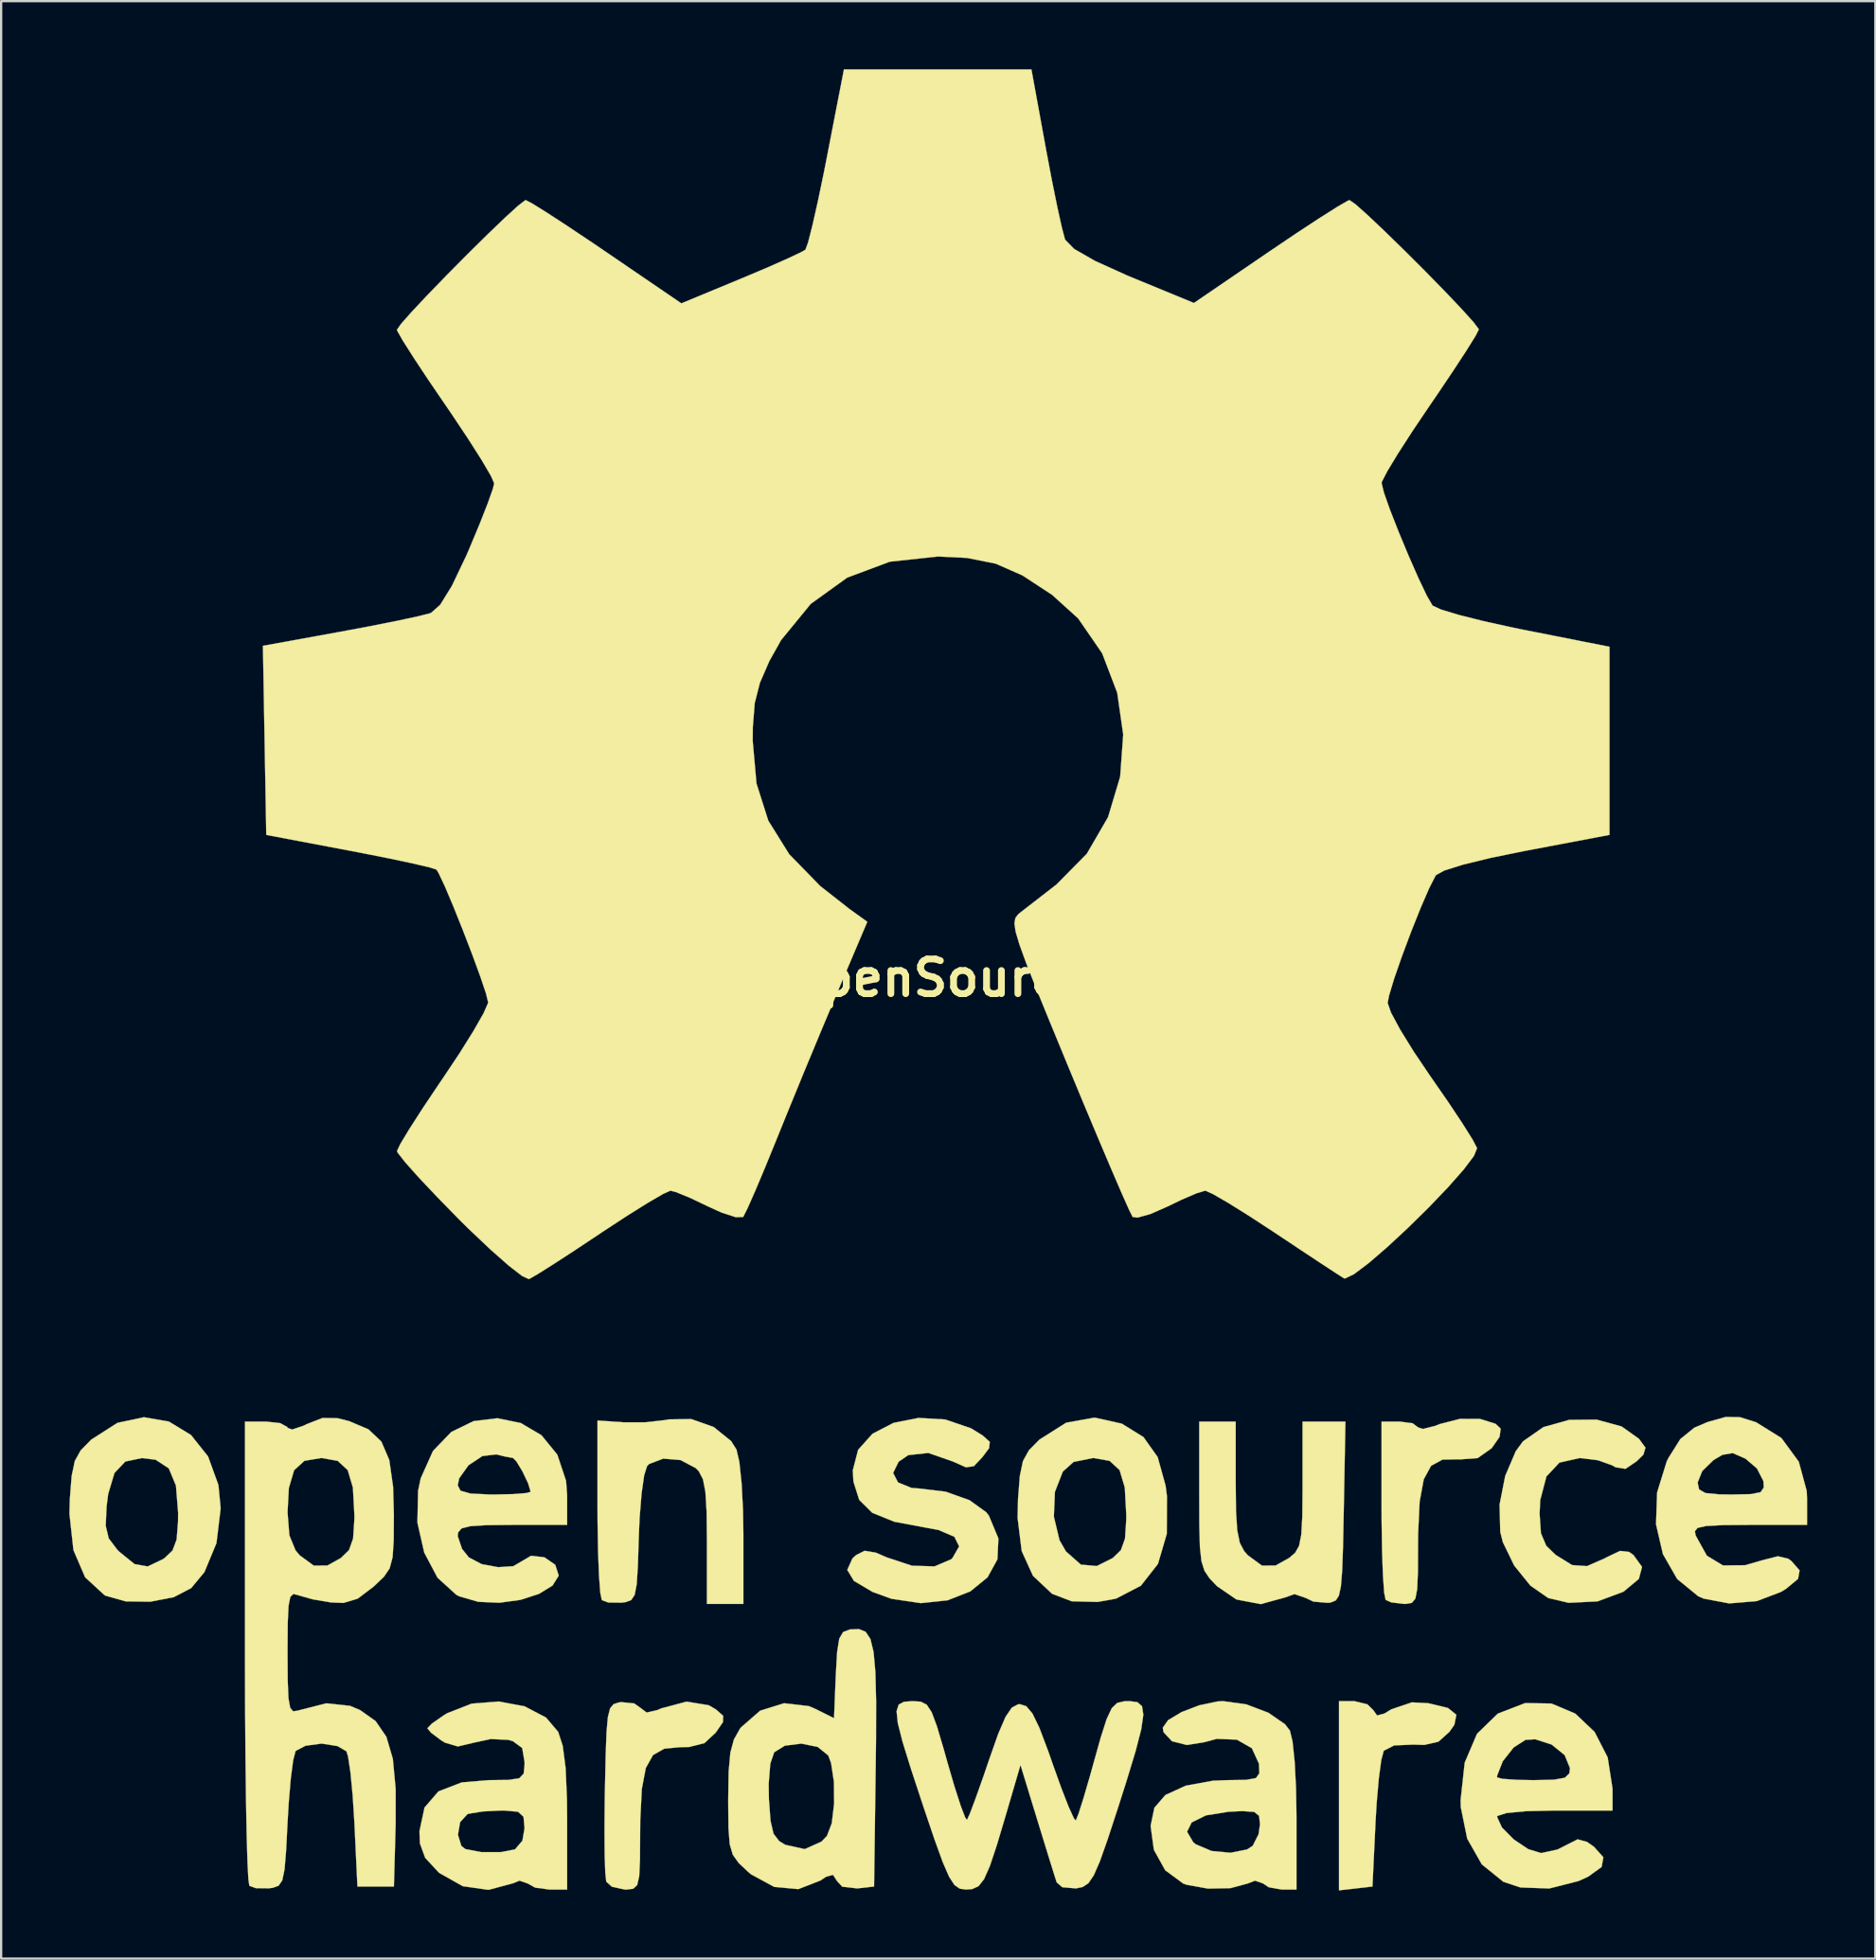
<source format=kicad_pcb>
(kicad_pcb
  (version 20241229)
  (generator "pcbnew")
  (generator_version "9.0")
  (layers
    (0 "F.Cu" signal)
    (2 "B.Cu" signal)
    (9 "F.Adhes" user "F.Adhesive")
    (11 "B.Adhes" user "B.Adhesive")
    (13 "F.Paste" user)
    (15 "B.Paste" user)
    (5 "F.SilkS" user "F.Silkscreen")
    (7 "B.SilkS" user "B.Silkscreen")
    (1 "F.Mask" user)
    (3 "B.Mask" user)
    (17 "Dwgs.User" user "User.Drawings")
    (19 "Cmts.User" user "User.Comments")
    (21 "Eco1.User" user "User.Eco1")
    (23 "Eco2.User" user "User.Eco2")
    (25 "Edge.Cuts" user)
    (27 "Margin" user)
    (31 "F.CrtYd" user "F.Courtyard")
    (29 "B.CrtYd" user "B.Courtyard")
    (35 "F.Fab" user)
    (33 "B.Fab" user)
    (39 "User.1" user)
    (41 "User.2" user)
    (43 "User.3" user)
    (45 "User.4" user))
  (footprint "OpenSource"
    (layer "F.Cu")
    (at 38.207 39.977)
    (property "Reference" "OpenSource" (at 0 0 0) (layer "F.SilkS") (effects (font (size 1.524 1.524) (thickness 0.3))))
    (attr through_hole)
    (fp_poly (pts (xy 18.891 31.955) (xy 19.15 32.208) (xy 19.321 32.446) (xy 19.642 32.362) (xy 19.949 32.174) (xy 20.852 31.87) (xy 21.572 31.907) (xy 22.437 32.116) (xy 22.807 32.415) (xy 22.721 32.856) (xy 22.5 33.17) (xy 22.019 33.601) (xy 21.395 33.743) (xy 20.912 33.729) (xy 20.073 33.764) (xy 19.618 33.996) (xy 19.612 34.004) (xy 19.505 34.407) (xy 19.397 35.214) (xy 19.302 36.296) (xy 19.251 37.164) (xy 19.117 39.972) (xy 17.646 40.141) (xy 17.646 31.817) (xy 18.323 31.817) (xy 18.891 31.955)) (stroke (width 0.01) (type solid)) (fill yes) (layer "F.SilkS"))
    (fp_poly (pts (xy 23.849 19.399) (xy 24.53 19.613) (xy 24.757 19.826) (xy 24.71 20.186) (xy 24.367 20.682) (xy 24.362 20.688) (xy 23.744 21.124) (xy 22.947 21.183) (xy 22.896 21.177) (xy 22.195 21.19) (xy 21.697 21.462) (xy 21.373 22.057) (xy 21.192 23.036) (xy 21.125 24.465) (xy 21.122 24.925) (xy 21.117 26.122) (xy 21.085 26.884) (xy 21.004 27.308) (xy 20.849 27.493) (xy 20.597 27.538) (xy 20.498 27.539) (xy 19.937 27.47) (xy 19.696 27.361) (xy 19.632 27.043) (xy 19.579 26.291) (xy 19.54 25.205) (xy 19.52 23.886) (xy 19.518 23.35) (xy 19.518 19.518) (xy 20.32 19.518) (xy 20.883 19.591) (xy 21.122 19.769) (xy 21.122 19.772) (xy 21.337 19.841) (xy 21.872 19.706) (xy 22.086 19.623) (xy 22.97 19.397) (xy 23.849 19.399)) (stroke (width 0.01) (type solid)) (fill yes) (layer "F.SilkS"))
    (fp_poly (pts (xy -10.079 31.998) (xy -9.768 32.178) (xy -9.445 32.46) (xy -9.453 32.737) (xy -9.771 33.2) (xy -10.269 33.664) (xy -10.948 33.834) (xy -11.338 33.841) (xy -12.039 33.909) (xy -12.531 34.19) (xy -12.848 34.757) (xy -13.024 35.683) (xy -13.092 37.042) (xy -13.097 37.632) (xy -13.104 38.79) (xy -13.138 39.515) (xy -13.227 39.908) (xy -13.4 40.071) (xy -13.684 40.105) (xy -13.778 40.105) (xy -14.339 39.983) (xy -14.588 39.758) (xy -14.631 39.376) (xy -14.658 38.567) (xy -14.666 37.439) (xy -14.654 36.101) (xy -14.646 35.681) (xy -14.614 34.204) (xy -14.576 33.178) (xy -14.517 32.516) (xy -14.42 32.136) (xy -14.27 31.951) (xy -14.051 31.878) (xy -13.933 31.86) (xy -13.359 31.917) (xy -13.084 32.112) (xy -12.814 32.317) (xy -12.334 32.207) (xy -12.172 32.136) (xy -11.053 31.837) (xy -10.079 31.998)) (stroke (width 0.01) (type solid)) (fill yes) (layer "F.SilkS"))
    (fp_poly (pts (xy 13.101 22.192) (xy 13.114 23.453) (xy 13.168 24.299) (xy 13.28 24.847) (xy 13.473 25.215) (xy 13.636 25.4) (xy 14.255 25.854) (xy 14.855 25.849) (xy 15.448 25.519) (xy 15.715 25.291) (xy 15.888 24.986) (xy 15.986 24.492) (xy 16.031 23.699) (xy 16.042 22.496) (xy 16.042 22.31) (xy 16.042 19.518) (xy 17.928 19.518) (xy 17.854 23.462) (xy 17.823 24.987) (xy 17.786 26.06) (xy 17.73 26.762) (xy 17.641 27.176) (xy 17.505 27.384) (xy 17.306 27.469) (xy 17.164 27.493) (xy 16.519 27.438) (xy 16.178 27.274) (xy 15.686 27.107) (xy 15.275 27.253) (xy 14.203 27.548) (xy 13.132 27.344) (xy 12.278 26.757) (xy 11.95 26.413) (xy 11.729 26.084) (xy 11.595 25.661) (xy 11.526 25.034) (xy 11.501 24.091) (xy 11.497 22.747) (xy 11.497 19.518) (xy 13.101 19.518) (xy 13.101 22.192)) (stroke (width 0.01) (type solid)) (fill yes) (layer "F.SilkS"))
    (fp_poly (pts (xy -9.864 19.754) (xy -9.095 20.374) (xy -8.86 20.747) (xy -8.734 21.291) (xy -8.634 22.238) (xy -8.571 23.454) (xy -8.556 24.477) (xy -8.556 27.539) (xy -10.16 27.539) (xy -10.16 24.773) (xy -10.174 23.48) (xy -10.226 22.612) (xy -10.333 22.058) (xy -10.513 21.709) (xy -10.649 21.565) (xy -11.32 21.211) (xy -12.083 21.147) (xy -12.7 21.381) (xy -12.791 21.472) (xy -12.919 21.873) (xy -13.034 22.68) (xy -13.122 23.76) (xy -13.158 24.613) (xy -13.197 25.859) (xy -13.248 26.668) (xy -13.337 27.139) (xy -13.49 27.37) (xy -13.733 27.46) (xy -13.913 27.484) (xy -14.497 27.477) (xy -14.782 27.373) (xy -14.85 27.051) (xy -14.907 26.294) (xy -14.949 25.204) (xy -14.971 23.881) (xy -14.973 23.326) (xy -14.973 19.47) (xy -13.836 19.548) (xy -12.879 19.549) (xy -11.979 19.449) (xy -11.844 19.42) (xy -10.848 19.406) (xy -9.864 19.754)) (stroke (width 0.01) (type solid)) (fill yes) (layer "F.SilkS"))
    (fp_poly (pts (xy 30.076 19.731) (xy 30.841 20.275) (xy 31.126 20.664) (xy 31.037 20.97) (xy 30.735 21.267) (xy 30.248 21.596) (xy 29.815 21.529) (xy 29.667 21.444) (xy 29.04 21.219) (xy 28.246 21.122) (xy 28.226 21.122) (xy 27.341 21.322) (xy 26.769 21.932) (xy 26.497 22.97) (xy 26.469 23.569) (xy 26.528 24.427) (xy 26.76 24.977) (xy 27.174 25.381) (xy 27.899 25.83) (xy 28.553 25.876) (xy 29.348 25.527) (xy 29.419 25.486) (xy 30.006 25.207) (xy 30.403 25.251) (xy 30.596 25.385) (xy 30.976 25.91) (xy 30.836 26.438) (xy 30.17 26.993) (xy 30.146 27.007) (xy 29.014 27.428) (xy 27.746 27.491) (xy 26.849 27.28) (xy 26.063 26.733) (xy 25.351 25.85) (xy 24.854 24.826) (xy 24.738 24.37) (xy 24.709 23.167) (xy 24.956 21.908) (xy 25.422 20.818) (xy 25.741 20.384) (xy 26.636 19.76) (xy 27.771 19.441) (xy 28.975 19.43) (xy 30.076 19.731)) (stroke (width 0.01) (type solid)) (fill yes) (layer "F.SilkS"))
    (fp_poly (pts (xy 8.091 19.608) (xy 9.044 20.198) (xy 9.668 21.077) (xy 10.017 22.335) (xy 10.077 22.801) (xy 10.069 24.458) (xy 9.681 25.779) (xy 8.93 26.737) (xy 7.833 27.308) (xy 7.027 27.452) (xy 5.889 27.424) (xy 5.035 27.098) (xy 5.015 27.086) (xy 4.184 26.305) (xy 3.688 25.216) (xy 3.507 23.76) (xy 3.508 23.697) (xy 5.102 23.697) (xy 5.349 24.733) (xy 5.634 25.23) (xy 6.29 25.81) (xy 6.989 25.873) (xy 7.694 25.519) (xy 8.052 25.17) (xy 8.232 24.662) (xy 8.287 23.824) (xy 8.288 23.629) (xy 8.222 22.419) (xy 7.993 21.651) (xy 7.553 21.245) (xy 6.857 21.122) (xy 6.824 21.122) (xy 5.972 21.291) (xy 5.496 21.716) (xy 5.148 22.611) (xy 5.102 23.697) (xy 3.508 23.697) (xy 3.525 22.929) (xy 3.605 21.908) (xy 3.744 21.249) (xy 4.005 20.78) (xy 4.45 20.327) (xy 4.477 20.303) (xy 5.645 19.565) (xy 6.895 19.342) (xy 8.091 19.608)) (stroke (width 0.01) (type solid)) (fill yes) (layer "F.SilkS"))
    (fp_poly (pts (xy -33.824 19.517) (xy -32.855 20.107) (xy -32.104 21.051) (xy -31.649 22.307) (xy -31.55 23.336) (xy -31.735 24.865) (xy -32.264 26.138) (xy -32.847 26.843) (xy -33.611 27.241) (xy -34.649 27.442) (xy -35.728 27.427) (xy -36.617 27.176) (xy -36.661 27.152) (xy -37.512 26.369) (xy -38.026 25.173) (xy -38.144 24.101) (xy -36.607 24.101) (xy -36.473 24.658) (xy -36.102 25.148) (xy -36.005 25.246) (xy -35.338 25.788) (xy -34.761 25.89) (xy -34.097 25.574) (xy -34.015 25.519) (xy -33.669 25.188) (xy -33.488 24.711) (xy -33.425 23.924) (xy -33.421 23.532) (xy -33.517 22.334) (xy -33.832 21.576) (xy -34.408 21.197) (xy -35.012 21.122) (xy -35.742 21.274) (xy -36.221 21.777) (xy -36.498 22.7) (xy -36.568 23.25) (xy -36.607 24.101) (xy -38.144 24.101) (xy -38.202 23.57) (xy -38.185 22.929) (xy -38.105 21.908) (xy -37.966 21.249) (xy -37.705 20.78) (xy -37.259 20.327) (xy -37.232 20.303) (xy -36.092 19.573) (xy -34.929 19.325) (xy -33.824 19.517)) (stroke (width 0.01) (type solid)) (fill yes) (layer "F.SilkS"))
    (fp_poly (pts (xy 0.323 19.425) (xy 1.458 19.812) (xy 1.967 20.126) (xy 2.283 20.407) (xy 2.253 20.686) (xy 1.956 21.084) (xy 1.583 21.478) (xy 1.236 21.53) (xy 0.67 21.277) (xy 0.665 21.275) (xy -0.42 20.897) (xy -1.301 20.992) (xy -1.728 21.284) (xy -1.969 21.776) (xy -1.753 22.194) (xy -1.159 22.436) (xy -0.836 22.46) (xy 0.34 22.601) (xy 1.387 22.973) (xy 2.128 23.506) (xy 2.245 23.658) (xy 2.663 24.66) (xy 2.619 25.579) (xy 2.184 26.37) (xy 1.429 26.986) (xy 0.426 27.38) (xy -0.755 27.505) (xy -2.042 27.314) (xy -2.874 27.011) (xy -3.693 26.526) (xy -3.986 26.042) (xy -3.76 25.542) (xy -3.597 25.389) (xy -3.222 25.201) (xy -2.733 25.282) (xy -2.251 25.49) (xy -1.138 25.859) (xy -0.147 25.887) (xy 0.585 25.575) (xy 0.638 25.526) (xy 0.936 25.007) (xy 0.725 24.585) (xy 0.027 24.286) (xy -0.492 24.19) (xy -1.919 23.923) (xy -2.886 23.531) (xy -3.461 22.961) (xy -3.715 22.159) (xy -3.743 21.662) (xy -3.508 20.757) (xy -2.875 20.051) (xy -1.953 19.574) (xy -0.85 19.356) (xy 0.323 19.425)) (stroke (width 0.01) (type solid)) (fill yes) (layer "F.SilkS"))
    (fp_poly (pts (xy 26.99 31.921) (xy 28.037 32.363) (xy 28.889 33.171) (xy 29.464 34.29) (xy 29.678 35.665) (xy 29.678 35.685) (xy 29.678 36.629) (xy 27.138 36.629) (xy 25.869 36.658) (xy 25.011 36.739) (xy 24.617 36.867) (xy 24.598 36.909) (xy 24.813 37.377) (xy 25.332 37.9) (xy 25.968 38.327) (xy 26.532 38.501) (xy 27.253 38.346) (xy 27.691 38.124) (xy 28.142 37.896) (xy 28.558 38.011) (xy 28.859 38.221) (xy 29.275 38.686) (xy 29.198 39.112) (xy 28.611 39.535) (xy 28.183 39.731) (xy 26.894 40.059) (xy 25.627 40.014) (xy 24.873 39.763) (xy 23.927 38.998) (xy 23.285 37.867) (xy 23.002 36.477) (xy 22.994 36.18) (xy 23.104 35.172) (xy 24.598 35.172) (xy 24.841 35.235) (xy 25.472 35.279) (xy 26.202 35.293) (xy 27.099 35.273) (xy 27.583 35.186) (xy 27.778 34.994) (xy 27.806 34.764) (xy 27.572 34.191) (xy 26.997 33.726) (xy 26.277 33.494) (xy 25.849 33.519) (xy 25.327 33.856) (xy 24.849 34.462) (xy 24.603 35.088) (xy 24.598 35.172) (xy 23.104 35.172) (xy 23.175 34.522) (xy 23.716 33.253) (xy 24.616 32.379) (xy 24.649 32.358) (xy 25.833 31.902) (xy 26.99 31.921)) (stroke (width 0.01) (type solid)) (fill yes) (layer "F.SilkS"))
    (fp_poly (pts (xy 35.286 19.324) (xy 35.993 19.546) (xy 37.105 20.238) (xy 37.871 21.282) (xy 38.22 22.572) (xy 38.234 22.9) (xy 38.234 24.063) (xy 35.702 24.063) (xy 34.527 24.072) (xy 33.796 24.11) (xy 33.417 24.195) (xy 33.3 24.345) (xy 33.336 24.531) (xy 33.827 25.417) (xy 34.536 25.846) (xy 35.51 25.836) (xy 36.259 25.62) (xy 36.948 25.442) (xy 37.404 25.549) (xy 37.548 25.653) (xy 37.906 26.063) (xy 37.84 26.435) (xy 37.317 26.869) (xy 37.097 27.007) (xy 36.028 27.414) (xy 34.805 27.517) (xy 33.683 27.305) (xy 33.447 27.201) (xy 32.522 26.443) (xy 31.894 25.348) (xy 31.591 24.038) (xy 31.638 22.636) (xy 31.774 22.198) (xy 33.421 22.198) (xy 33.486 22.502) (xy 33.764 22.661) (xy 34.381 22.72) (xy 34.91 22.726) (xy 35.756 22.709) (xy 36.189 22.624) (xy 36.33 22.419) (xy 36.314 22.134) (xy 36.03 21.579) (xy 35.524 21.147) (xy 34.965 20.903) (xy 34.51 20.98) (xy 34.12 21.211) (xy 33.623 21.695) (xy 33.421 22.198) (xy 31.774 22.198) (xy 32.063 21.266) (xy 32.134 21.122) (xy 32.66 20.285) (xy 33.277 19.784) (xy 33.858 19.537) (xy 34.656 19.313) (xy 35.286 19.324)) (stroke (width 0.01) (type solid)) (fill yes) (layer "F.SilkS"))
    (fp_poly (pts (xy -18.349 19.58) (xy -17.438 20.117) (xy -16.742 20.969) (xy -16.356 22.125) (xy -16.309 22.762) (xy -16.309 24.063) (xy -18.716 24.063) (xy -19.863 24.074) (xy -20.577 24.119) (xy -20.957 24.219) (xy -21.104 24.395) (xy -21.122 24.556) (xy -20.934 25.114) (xy -20.633 25.492) (xy -20.068 25.789) (xy -19.341 25.923) (xy -18.677 25.879) (xy -18.315 25.667) (xy -17.894 25.42) (xy -17.309 25.488) (xy -16.832 25.816) (xy -16.678 26.293) (xy -16.952 26.732) (xy -17.549 27.098) (xy -18.364 27.361) (xy -19.289 27.488) (xy -20.219 27.447) (xy -21.049 27.206) (xy -21.186 27.136) (xy -22.011 26.386) (xy -22.595 25.281) (xy -22.895 23.962) (xy -22.866 22.57) (xy -22.815 22.325) (xy -21.122 22.325) (xy -20.999 22.558) (xy -20.562 22.683) (xy -19.711 22.726) (xy -19.518 22.726) (xy -18.672 22.708) (xy -18.09 22.66) (xy -17.914 22.605) (xy -18.024 22.236) (xy -18.273 21.712) (xy -18.542 21.266) (xy -18.692 21.118) (xy -19.05 21.053) (xy -19.426 20.96) (xy -20.038 21.034) (xy -20.65 21.44) (xy -21.058 22.014) (xy -21.122 22.325) (xy -22.815 22.325) (xy -22.751 22.016) (xy -22.21 20.809) (xy -21.404 19.973) (xy -20.427 19.497) (xy -19.377 19.37) (xy -18.349 19.58)) (stroke (width 0.01) (type solid)) (fill yes) (layer "F.SilkS"))
    (fp_poly (pts (xy 13.564 31.958) (xy 14.535 32.325) (xy 15.268 32.83) (xy 15.486 33.113) (xy 15.601 33.591) (xy 15.694 34.48) (xy 15.755 35.657) (xy 15.775 36.879) (xy 15.775 40.105) (xy 15.122 40.105) (xy 14.556 40.006) (xy 14.304 39.837) (xy 13.949 39.715) (xy 13.637 39.837) (xy 12.869 40.045) (xy 11.879 40.064) (xy 10.943 39.895) (xy 10.79 39.84) (xy 10 39.257) (xy 9.501 38.356) (xy 9.393 37.562) (xy 10.961 37.562) (xy 11.233 38.023) (xy 11.347 38.116) (xy 12.039 38.409) (xy 12.872 38.487) (xy 13.599 38.343) (xy 13.85 38.18) (xy 14.107 37.67) (xy 14.171 37.23) (xy 14.129 36.864) (xy 13.915 36.69) (xy 13.394 36.654) (xy 12.794 36.682) (xy 11.791 36.843) (xy 11.164 37.152) (xy 10.961 37.562) (xy 9.393 37.562) (xy 9.358 37.303) (xy 9.524 36.508) (xy 10.006 35.947) (xy 10.901 35.537) (xy 12.098 35.317) (xy 12.704 35.293) (xy 13.555 35.28) (xy 13.993 35.2) (xy 14.142 34.989) (xy 14.124 34.584) (xy 14.121 34.562) (xy 13.812 33.888) (xy 13.151 33.51) (xy 12.264 33.476) (xy 11.729 33.62) (xy 10.956 33.747) (xy 10.299 33.581) (xy 9.926 33.181) (xy 9.893 32.986) (xy 10.128 32.651) (xy 10.719 32.297) (xy 11.497 31.999) (xy 12.293 31.831) (xy 12.548 31.817) (xy 13.564 31.958)) (stroke (width 0.01) (type solid)) (fill yes) (layer "F.SilkS"))
    (fp_poly (pts (xy -18.179 32.045) (xy -17.238 32.538) (xy -16.702 33.169) (xy -16.502 33.787) (xy -16.376 34.759) (xy -16.316 36.157) (xy -16.309 37.017) (xy -16.309 40.105) (xy -17.096 40.105) (xy -17.713 40.023) (xy -18.048 39.837) (xy -18.403 39.715) (xy -18.714 39.837) (xy -19.77 40.12) (xy -20.899 39.959) (xy -21.922 39.382) (xy -21.974 39.337) (xy -22.554 38.71) (xy -22.785 38.078) (xy -22.799 37.697) (xy -21.112 37.697) (xy -20.963 38.185) (xy -20.788 38.324) (xy -20.087 38.459) (xy -19.225 38.458) (xy -18.604 38.339) (xy -18.277 37.957) (xy -18.181 37.403) (xy -18.228 36.903) (xy -18.47 36.683) (xy -19.062 36.63) (xy -19.229 36.629) (xy -20.021 36.67) (xy -20.627 36.768) (xy -20.699 36.792) (xy -21.019 37.144) (xy -21.112 37.697) (xy -22.799 37.697) (xy -22.805 37.539) (xy -22.583 36.497) (xy -21.97 35.787) (xy -20.946 35.392) (xy -19.77 35.293) (xy -18.888 35.282) (xy -18.413 35.207) (xy -18.22 35.004) (xy -18.181 34.61) (xy -18.181 34.496) (xy -18.285 33.881) (xy -18.693 33.579) (xy -18.897 33.519) (xy -19.671 33.484) (xy -20.419 33.644) (xy -21.114 33.811) (xy -21.677 33.646) (xy -21.843 33.545) (xy -22.294 33.207) (xy -22.459 33.01) (xy -22.254 32.8) (xy -21.746 32.446) (xy -21.59 32.349) (xy -20.506 31.925) (xy -19.319 31.832) (xy -18.179 32.045)) (stroke (width 0.01) (type solid)) (fill yes) (layer "F.SilkS"))
    (fp_poly (pts (xy -3.177 28.766) (xy -2.968 29.081) (xy -2.829 29.652) (xy -2.749 30.542) (xy -2.717 31.81) (xy -2.721 33.518) (xy -2.735 34.659) (xy -2.807 39.972) (xy -3.544 40.056) (xy -4.205 39.981) (xy -4.44 39.726) (xy -4.613 39.458) (xy -4.914 39.541) (xy -5.167 39.708) (xy -6.139 40.087) (xy -7.2 39.99) (xy -8.224 39.433) (xy -8.35 39.326) (xy -8.763 38.937) (xy -9.02 38.577) (xy -9.157 38.112) (xy -9.212 37.403) (xy -9.223 36.314) (xy -9.223 36.138) (xy -9.213 35.46) (xy -7.444 35.46) (xy -7.433 36.132) (xy -7.362 37.084) (xy -7.23 37.649) (xy -6.981 37.974) (xy -6.713 38.137) (xy -5.858 38.327) (xy -5.119 37.996) (xy -4.879 37.744) (xy -4.667 37.188) (xy -4.564 36.324) (xy -4.573 35.368) (xy -4.699 34.536) (xy -4.822 34.206) (xy -5.285 33.833) (xy -6.001 33.685) (xy -6.732 33.776) (xy -7.2 34.066) (xy -7.372 34.568) (xy -7.444 35.46) (xy -9.213 35.46) (xy -9.204 34.913) (xy -9.129 34.082) (xy -8.973 33.504) (xy -8.712 33.039) (xy -8.664 32.973) (xy -7.818 32.236) (xy -6.768 31.909) (xy -5.681 32.034) (xy -5.396 32.154) (xy -4.568 32.567) (xy -4.49 30.654) (xy -4.432 29.651) (xy -4.338 29.064) (xy -4.168 28.775) (xy -3.885 28.667) (xy -3.853 28.662) (xy -3.469 28.647) (xy -3.177 28.766)) (stroke (width 0.01) (type solid)) (fill yes) (layer "F.SilkS"))
    (fp_poly (pts (xy 8.777 31.861) (xy 8.979 32.038) (xy 9.038 32.413) (xy 8.946 33.053) (xy 8.696 34.023) (xy 8.28 35.39) (xy 7.927 36.496) (xy 7.47 37.891) (xy 7.129 38.857) (xy 6.86 39.475) (xy 6.622 39.826) (xy 6.372 39.993) (xy 6.075 40.056) (xy 5.473 40.004) (xy 5.226 39.789) (xy 5.099 39.39) (xy 4.858 38.614) (xy 4.544 37.595) (xy 4.371 37.031) (xy 3.634 34.624) (xy 3.008 36.763) (xy 2.6 38.131) (xy 2.289 39.066) (xy 2.032 39.648) (xy 1.785 39.961) (xy 1.505 40.086) (xy 1.231 40.105) (xy 0.963 40.068) (xy 0.731 39.907) (xy 0.494 39.544) (xy 0.215 38.903) (xy -0.146 37.907) (xy -0.629 36.481) (xy -0.646 36.429) (xy -1.184 34.798) (xy -1.554 33.604) (xy -1.763 32.78) (xy -1.817 32.258) (xy -1.723 31.968) (xy -1.489 31.844) (xy -1.12 31.817) (xy -1.102 31.817) (xy -0.751 31.84) (xy -0.491 31.973) (xy -0.271 32.306) (xy -0.038 32.934) (xy 0.262 33.947) (xy 0.414 34.49) (xy 0.732 35.579) (xy 1.007 36.43) (xy 1.204 36.941) (xy 1.281 37.042) (xy 1.413 36.752) (xy 1.669 36.07) (xy 2.008 35.112) (xy 2.238 34.436) (xy 2.654 33.256) (xy 2.977 32.507) (xy 3.252 32.102) (xy 3.527 31.957) (xy 3.609 31.951) (xy 3.888 32.039) (xy 4.158 32.358) (xy 4.466 32.992) (xy 4.856 34.024) (xy 5.046 34.569) (xy 5.429 35.637) (xy 5.754 36.471) (xy 5.983 36.972) (xy 6.067 37.069) (xy 6.186 36.774) (xy 6.405 36.087) (xy 6.684 35.132) (xy 6.816 34.657) (xy 7.164 33.416) (xy 7.424 32.603) (xy 7.649 32.126) (xy 7.889 31.895) (xy 8.196 31.823) (xy 8.438 31.817) (xy 8.777 31.861)) (stroke (width 0.01) (type solid)) (fill yes) (layer "F.SilkS"))
    (fp_poly (pts (xy -26.406 19.368) (xy -25.89 19.5) (xy -25.052 19.856) (xy -24.481 20.395) (xy -24.133 21.208) (xy -23.965 22.384) (xy -23.931 23.607) (xy -23.938 24.744) (xy -23.987 25.486) (xy -24.116 25.972) (xy -24.364 26.34) (xy -24.772 26.731) (xy -24.832 26.785) (xy -25.524 27.309) (xy -26.149 27.496) (xy -26.702 27.474) (xy -27.489 27.34) (xy -28.103 27.168) (xy -28.141 27.153) (xy -28.351 27.102) (xy -28.488 27.233) (xy -28.565 27.631) (xy -28.6 28.384) (xy -28.608 29.579) (xy -28.608 29.678) (xy -28.601 30.907) (xy -28.568 31.689) (xy -28.492 32.112) (xy -28.359 32.264) (xy -28.152 32.232) (xy -28.141 32.228) (xy -26.906 31.912) (xy -25.856 32.024) (xy -25.416 32.21) (xy -24.733 32.695) (xy -24.262 33.382) (xy -23.976 34.354) (xy -23.851 35.692) (xy -23.853 37.244) (xy -23.929 39.972) (xy -25.534 39.972) (xy -25.667 37.164) (xy -25.743 35.967) (xy -25.84 34.956) (xy -25.945 34.258) (xy -26.017 34.023) (xy -26.412 33.794) (xy -27.078 33.689) (xy -27.138 33.688) (xy -27.816 33.779) (xy -28.242 34.001) (xy -28.258 34.023) (xy -28.36 34.417) (xy -28.465 35.217) (xy -28.557 36.294) (xy -28.608 37.164) (xy -28.673 38.414) (xy -28.741 39.227) (xy -28.841 39.702) (xy -29 39.936) (xy -29.246 40.027) (xy -29.421 40.051) (xy -30.005 40.044) (xy -30.289 39.939) (xy -30.332 39.638) (xy -30.372 38.861) (xy -30.407 37.669) (xy -30.436 36.122) (xy -30.459 34.278) (xy -30.474 32.198) (xy -30.48 29.941) (xy -30.48 29.633) (xy -30.48 23.511) (xy -28.608 23.511) (xy -28.528 24.521) (xy -28.255 25.185) (xy -28.074 25.4) (xy -27.455 25.854) (xy -26.855 25.849) (xy -26.262 25.519) (xy -25.904 25.17) (xy -25.724 24.662) (xy -25.668 23.824) (xy -25.667 23.629) (xy -25.733 22.42) (xy -25.962 21.652) (xy -26.401 21.246) (xy -27.097 21.122) (xy -27.138 21.122) (xy -27.864 21.243) (xy -28.319 21.656) (xy -28.551 22.44) (xy -28.608 23.511) (xy -30.48 23.511) (xy -30.48 19.518) (xy -29.544 19.518) (xy -28.926 19.587) (xy -28.617 19.756) (xy -28.608 19.792) (xy -28.405 19.867) (xy -27.896 19.695) (xy -27.763 19.629) (xy -27.071 19.358) (xy -26.406 19.368)) (stroke (width 0.01) (type solid)) (fill yes) (layer "F.SilkS"))
    (fp_poly (pts (xy 4.75 -36.496) (xy 5.004 -35.151) (xy 5.245 -33.961) (xy 5.447 -33.044) (xy 5.585 -32.519) (xy 5.599 -32.481) (xy 5.996 -32.075) (xy 6.912 -31.548) (xy 8.342 -30.901) (xy 8.538 -30.82) (xy 11.263 -29.697) (xy 14.578 -31.96) (xy 15.75 -32.751) (xy 16.77 -33.421) (xy 17.554 -33.918) (xy 18.021 -34.189) (xy 18.109 -34.223) (xy 18.368 -34.043) (xy 18.913 -33.557) (xy 19.661 -32.849) (xy 20.53 -32.001) (xy 21.437 -31.095) (xy 22.299 -30.214) (xy 23.033 -29.441) (xy 23.558 -28.859) (xy 23.791 -28.549) (xy 23.796 -28.531) (xy 23.652 -28.249) (xy 23.257 -27.613) (xy 22.666 -26.709) (xy 21.933 -25.62) (xy 21.657 -25.217) (xy 20.885 -24.072) (xy 20.238 -23.069) (xy 19.769 -22.295) (xy 19.534 -21.839) (xy 19.518 -21.774) (xy 19.621 -21.355) (xy 19.892 -20.589) (xy 20.274 -19.615) (xy 20.709 -18.571) (xy 21.139 -17.594) (xy 21.506 -16.823) (xy 21.754 -16.396) (xy 21.767 -16.38) (xy 22.128 -16.212) (xy 22.911 -15.975) (xy 24.012 -15.698) (xy 25.328 -15.408) (xy 25.807 -15.311) (xy 29.544 -14.572) (xy 29.544 -6.295) (xy 25.842 -5.594) (xy 24.313 -5.282) (xy 23.1 -4.986) (xy 22.274 -4.726) (xy 21.905 -4.522) (xy 21.903 -4.519) (xy 21.618 -3.962) (xy 21.239 -3.089) (xy 20.819 -2.038) (xy 20.412 -0.95) (xy 20.069 0.036) (xy 19.845 0.779) (xy 19.785 1.099) (xy 19.934 1.526) (xy 20.339 2.278) (xy 20.94 3.25) (xy 21.674 4.338) (xy 21.699 4.373) (xy 22.443 5.447) (xy 23.07 6.39) (xy 23.516 7.101) (xy 23.716 7.481) (xy 23.718 7.488) (xy 23.581 7.83) (xy 23.126 8.432) (xy 22.436 9.214) (xy 21.591 10.096) (xy 20.674 10.999) (xy 19.766 11.842) (xy 18.948 12.547) (xy 18.302 13.033) (xy 17.911 13.221) (xy 17.861 13.211) (xy 17.512 12.988) (xy 16.819 12.534) (xy 15.882 11.914) (xy 14.799 11.193) (xy 14.781 11.181) (xy 13.708 10.48) (xy 12.784 9.903) (xy 12.106 9.51) (xy 11.769 9.358) (xy 11.764 9.358) (xy 11.384 9.471) (xy 10.702 9.764) (xy 10.119 10.047) (xy 9.352 10.385) (xy 8.779 10.544) (xy 8.568 10.515) (xy 8.418 10.217) (xy 8.095 9.492) (xy 7.628 8.409) (xy 7.045 7.036) (xy 6.376 5.441) (xy 5.74 3.909) (xy 4.941 1.97) (xy 4.327 0.466) (xy 3.881 -0.664) (xy 3.585 -1.48) (xy 3.419 -2.041) (xy 3.367 -2.408) (xy 3.41 -2.641) (xy 3.529 -2.799) (xy 3.664 -2.909) (xy 4.227 -3.345) (xy 4.961 -3.914) (xy 5.214 -4.11) (xy 6.551 -5.464) (xy 7.486 -7.076) (xy 8.019 -8.856) (xy 8.153 -10.711) (xy 7.889 -12.55) (xy 7.227 -14.284) (xy 6.17 -15.82) (xy 5.026 -16.855) (xy 3.721 -17.71) (xy 2.545 -18.228) (xy 1.279 -18.481) (xy 0 -18.543) (xy -2.115 -18.315) (xy -3.989 -17.614) (xy -5.592 -16.459) (xy -6.897 -14.865) (xy -7.412 -13.946) (xy -7.831 -12.981) (xy -8.057 -12.095) (xy -8.141 -11.04) (xy -8.146 -10.427) (xy -7.979 -8.554) (xy -7.46 -6.922) (xy -6.541 -5.446) (xy -5.176 -4.045) (xy -3.892 -3.038) (xy -3.105 -2.471) (xy -4.453 0.703) (xy -5.136 2.328) (xy -5.906 4.182) (xy -6.65 5.999) (xy -7.09 7.085) (xy -7.589 8.308) (xy -8.028 9.352) (xy -8.365 10.116) (xy -8.556 10.498) (xy -8.568 10.515) (xy -8.889 10.525) (xy -9.522 10.319) (xy -10.119 10.047) (xy -10.911 9.669) (xy -11.527 9.419) (xy -11.764 9.358) (xy -12.084 9.5) (xy -12.75 9.887) (xy -13.668 10.461) (xy -14.745 11.166) (xy -14.856 11.241) (xy -15.95 11.968) (xy -16.899 12.585) (xy -17.607 13.031) (xy -17.978 13.244) (xy -17.99 13.25) (xy -18.285 13.115) (xy -18.876 12.658) (xy -19.686 11.944) (xy -20.642 11.038) (xy -21.057 10.627) (xy -22.029 9.633) (xy -22.85 8.763) (xy -23.45 8.088) (xy -23.764 7.685) (xy -23.794 7.615) (xy -23.65 7.308) (xy -23.255 6.653) (xy -22.668 5.74) (xy -21.945 4.66) (xy -21.789 4.432) (xy -21.042 3.311) (xy -20.422 2.319) (xy -19.985 1.551) (xy -19.79 1.106) (xy -19.785 1.067) (xy -19.88 0.676) (xy -20.132 -0.073) (xy -20.49 -1.048) (xy -20.903 -2.121) (xy -21.319 -3.16) (xy -21.69 -4.035) (xy -21.963 -4.616) (xy -22.059 -4.769) (xy -22.357 -4.865) (xy -23.082 -5.035) (xy -24.136 -5.259) (xy -25.419 -5.513) (xy -25.869 -5.599) (xy -29.544 -6.294) (xy -29.618 -10.454) (xy -29.691 -14.614) (xy -26.276 -15.234) (xy -24.939 -15.484) (xy -23.756 -15.72) (xy -22.845 -15.917) (xy -22.328 -16.049) (xy -22.301 -16.059) (xy -21.891 -16.421) (xy -21.375 -17.258) (xy -20.741 -18.589) (xy -20.63 -18.846) (xy -20.169 -19.948) (xy -19.801 -20.884) (xy -19.571 -21.536) (xy -19.518 -21.763) (xy -19.663 -22.094) (xy -20.061 -22.773) (xy -20.657 -23.71) (xy -21.394 -24.817) (xy -21.657 -25.201) (xy -22.427 -26.332) (xy -23.074 -27.311) (xy -23.543 -28.05) (xy -23.778 -28.466) (xy -23.796 -28.518) (xy -23.616 -28.777) (xy -23.133 -29.322) (xy -22.429 -30.072) (xy -21.584 -30.943) (xy -20.683 -31.852) (xy -19.807 -32.717) (xy -19.038 -33.455) (xy -18.458 -33.983) (xy -18.15 -34.218) (xy -18.131 -34.223) (xy -17.854 -34.08) (xy -17.219 -33.685) (xy -16.307 -33.091) (xy -15.201 -32.352) (xy -14.612 -31.952) (xy -11.285 -29.681) (xy -8.65 -30.772) (xy -7.55 -31.236) (xy -6.638 -31.639) (xy -6.024 -31.928) (xy -5.826 -32.042) (xy -5.711 -32.356) (xy -5.521 -33.098) (xy -5.279 -34.171) (xy -5.007 -35.477) (xy -4.885 -36.097) (xy -4.133 -39.972) (xy 4.115 -39.972) (xy 4.75 -36.496)) (stroke (width 0.01) (type solid)) (fill yes) (layer "F.SilkS")))
  (gr_rect
    (start -3 -3)
    (end 79.446 83.122)
    (stroke (width 0.1) (type default))
    (fill no)
    (layer "Edge.Cuts")))
</source>
